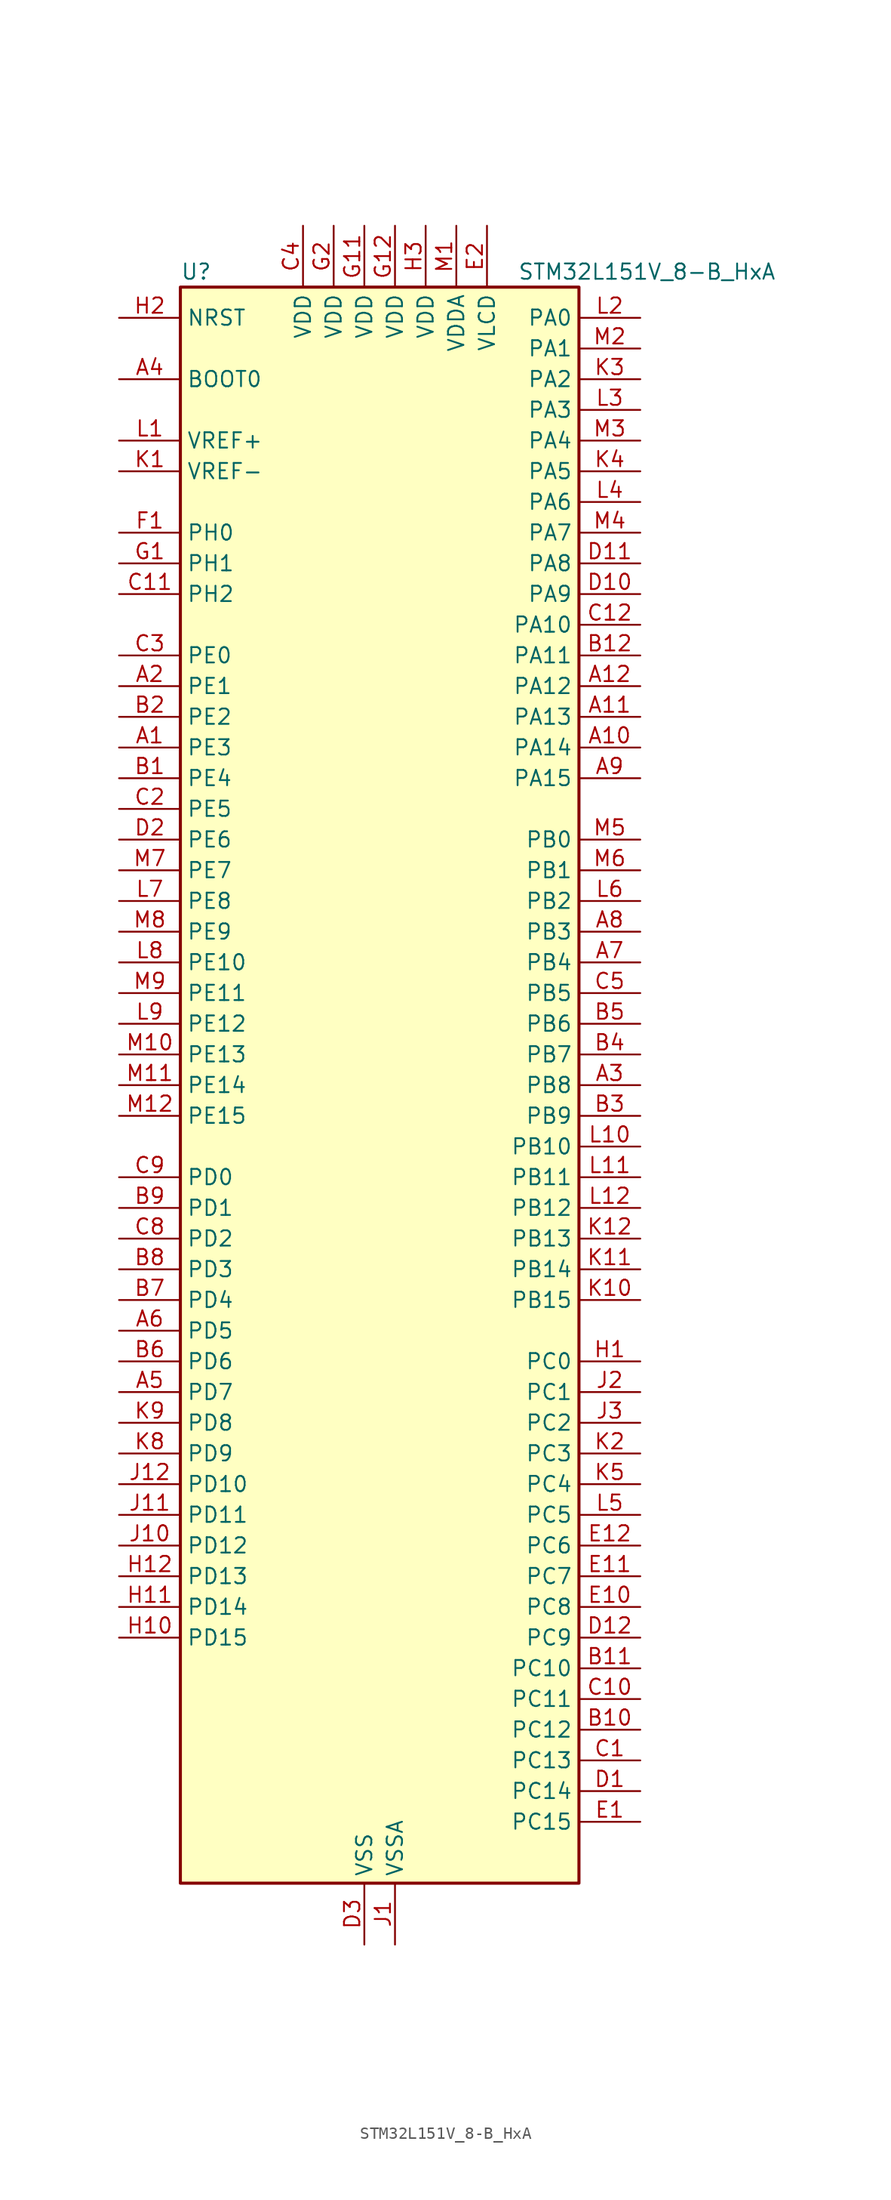
<source format=kicad_sym>
(kicad_symbol_lib
  (version 20231120)
  (generator "kicad_symbol_editor")
  (generator_version "8.0")
  (symbol "STM32L151V_8-B_HxA"
    (property "Reference" "U"
      (at -15.24 67.31 0)
      (effects (font (size 1.27 1.27)) (justify left)))
    (property "Value" "STM32L151V_8-B_HxA"
      (at 12.7 67.31 0)
      (effects (font (size 1.27 1.27)) (justify left)))
    (property "ki_locked" ""
      (at 0 0 0)
      (effects (font (size 1.27 1.27))))
    (symbol "STM32L151V_8-B_HxA_0_1"
      (rectangle (start -15.24 -66.04) (end 17.78 66.04) (stroke (width 0.254) (type default)) (fill (type background))))
    (symbol "STM32L151V_8-B_HxA_1_1"
      (pin bidirectional line (at -20.32 27.94 0) (length 5.08) (name "PE3" (effects (font (size 1.27 1.27)))) (number "A1" (effects (font (size 1.27 1.27)))) (alternate "SYS_TRACED0" bidirectional line) (alternate "TIM3_CH1" bidirectional line) (alternate "TIMX_IC4" bidirectional line))
      (pin bidirectional line (at 22.86 27.94 180) (length 5.08) (name "PA14" (effects (font (size 1.27 1.27)))) (number "A10" (effects (font (size 1.27 1.27)))) (alternate "SYS_JTCK-SWCLK" bidirectional line) (alternate "TIMX_IC3" bidirectional line) (alternate "TS_G5_IO2" bidirectional line))
      (pin bidirectional line (at 22.86 30.48 180) (length 5.08) (name "PA13" (effects (font (size 1.27 1.27)))) (number "A11" (effects (font (size 1.27 1.27)))) (alternate "SYS_JTMS-SWDIO" bidirectional line) (alternate "TIMX_IC2" bidirectional line) (alternate "TS_G5_IO1" bidirectional line))
      (pin bidirectional line (at 22.86 33.02 180) (length 5.08) (name "PA12" (effects (font (size 1.27 1.27)))) (number "A12" (effects (font (size 1.27 1.27)))) (alternate "SPI1_MOSI" bidirectional line) (alternate "TIMX_IC1" bidirectional line) (alternate "USART1_RTS" bidirectional line) (alternate "USB_DP" bidirectional line))
      (pin bidirectional line (at -20.32 33.02 0) (length 5.08) (name "PE1" (effects (font (size 1.27 1.27)))) (number "A2" (effects (font (size 1.27 1.27)))) (alternate "TIM11_CH1" bidirectional line) (alternate "TIMX_IC2" bidirectional line))
      (pin bidirectional line (at 22.86 0 180) (length 5.08) (name "PB8" (effects (font (size 1.27 1.27)))) (number "A3" (effects (font (size 1.27 1.27)))) (alternate "I2C1_SCL" bidirectional line) (alternate "TIM10_CH1" bidirectional line) (alternate "TIM4_CH3" bidirectional line))
      (pin input line (at -20.32 58.42 0) (length 5.08) (name "BOOT0" (effects (font (size 1.27 1.27)))) (number "A4" (effects (font (size 1.27 1.27)))))
      (pin bidirectional line (at -20.32 -25.4 0) (length 5.08) (name "PD7" (effects (font (size 1.27 1.27)))) (number "A5" (effects (font (size 1.27 1.27)))) (alternate "TIM9_CH2" bidirectional line) (alternate "TIMX_IC4" bidirectional line) (alternate "USART2_CK" bidirectional line))
      (pin bidirectional line (at -20.32 -20.32 0) (length 5.08) (name "PD5" (effects (font (size 1.27 1.27)))) (number "A6" (effects (font (size 1.27 1.27)))) (alternate "TIMX_IC2" bidirectional line) (alternate "USART2_TX" bidirectional line))
      (pin bidirectional line (at 22.86 10.16 180) (length 5.08) (name "PB4" (effects (font (size 1.27 1.27)))) (number "A7" (effects (font (size 1.27 1.27)))) (alternate "COMP2_INP" bidirectional line) (alternate "SPI1_MISO" bidirectional line) (alternate "SYS_JTRST" bidirectional line) (alternate "TIM3_CH1" bidirectional line) (alternate "TS_G6_IO1" bidirectional line))
      (pin bidirectional line (at 22.86 12.7 180) (length 5.08) (name "PB3" (effects (font (size 1.27 1.27)))) (number "A8" (effects (font (size 1.27 1.27)))) (alternate "COMP2_INM" bidirectional line) (alternate "SPI1_SCK" bidirectional line) (alternate "SYS_JTDO-TRACESWO" bidirectional line) (alternate "TIM2_CH2" bidirectional line))
      (pin bidirectional line (at 22.86 25.4 180) (length 5.08) (name "PA15" (effects (font (size 1.27 1.27)))) (number "A9" (effects (font (size 1.27 1.27)))) (alternate "ADC_EXTI15" bidirectional line) (alternate "SPI1_NSS" bidirectional line) (alternate "SYS_JTDI" bidirectional line) (alternate "TIM2_CH1" bidirectional line) (alternate "TIM2_ETR" bidirectional line) (alternate "TIMX_IC4" bidirectional line) (alternate "TS_G5_IO3" bidirectional line))
      (pin bidirectional line (at -20.32 25.4 0) (length 5.08) (name "PE4" (effects (font (size 1.27 1.27)))) (number "B1" (effects (font (size 1.27 1.27)))) (alternate "SYS_TRACED1" bidirectional line) (alternate "TIM3_CH2" bidirectional line) (alternate "TIMX_IC1" bidirectional line))
      (pin bidirectional line (at 22.86 -53.34 180) (length 5.08) (name "PC12" (effects (font (size 1.27 1.27)))) (number "B10" (effects (font (size 1.27 1.27)))) (alternate "TIMX_IC1" bidirectional line) (alternate "USART3_CK" bidirectional line))
      (pin bidirectional line (at 22.86 -48.26 180) (length 5.08) (name "PC10" (effects (font (size 1.27 1.27)))) (number "B11" (effects (font (size 1.27 1.27)))) (alternate "TIMX_IC3" bidirectional line) (alternate "USART3_TX" bidirectional line))
      (pin bidirectional line (at 22.86 35.56 180) (length 5.08) (name "PA11" (effects (font (size 1.27 1.27)))) (number "B12" (effects (font (size 1.27 1.27)))) (alternate "ADC_EXTI11" bidirectional line) (alternate "SPI1_MISO" bidirectional line) (alternate "TIMX_IC4" bidirectional line) (alternate "USART1_CTS" bidirectional line) (alternate "USB_DM" bidirectional line))
      (pin bidirectional line (at -20.32 30.48 0) (length 5.08) (name "PE2" (effects (font (size 1.27 1.27)))) (number "B2" (effects (font (size 1.27 1.27)))) (alternate "SYS_TRACECK" bidirectional line) (alternate "TIM3_ETR" bidirectional line) (alternate "TIMX_IC3" bidirectional line))
      (pin bidirectional line (at 22.86 -2.54 180) (length 5.08) (name "PB9" (effects (font (size 1.27 1.27)))) (number "B3" (effects (font (size 1.27 1.27)))) (alternate "DAC_EXTI9" bidirectional line) (alternate "I2C1_SDA" bidirectional line) (alternate "TIM11_CH1" bidirectional line) (alternate "TIM4_CH4" bidirectional line))
      (pin bidirectional line (at 22.86 2.54 180) (length 5.08) (name "PB7" (effects (font (size 1.27 1.27)))) (number "B4" (effects (font (size 1.27 1.27)))) (alternate "I2C1_SDA" bidirectional line) (alternate "SYS_PVD_IN" bidirectional line) (alternate "TIM4_CH2" bidirectional line) (alternate "TS_G6_IO4" bidirectional line) (alternate "USART1_RX" bidirectional line))
      (pin bidirectional line (at 22.86 5.08 180) (length 5.08) (name "PB6" (effects (font (size 1.27 1.27)))) (number "B5" (effects (font (size 1.27 1.27)))) (alternate "I2C1_SCL" bidirectional line) (alternate "TIM4_CH1" bidirectional line) (alternate "TS_G6_IO3" bidirectional line) (alternate "USART1_TX" bidirectional line))
      (pin bidirectional line (at -20.32 -22.86 0) (length 5.08) (name "PD6" (effects (font (size 1.27 1.27)))) (number "B6" (effects (font (size 1.27 1.27)))) (alternate "TIMX_IC3" bidirectional line) (alternate "USART2_RX" bidirectional line))
      (pin bidirectional line (at -20.32 -17.78 0) (length 5.08) (name "PD4" (effects (font (size 1.27 1.27)))) (number "B7" (effects (font (size 1.27 1.27)))) (alternate "SPI2_MOSI" bidirectional line) (alternate "TIMX_IC1" bidirectional line) (alternate "USART2_RTS" bidirectional line))
      (pin bidirectional line (at -20.32 -15.24 0) (length 5.08) (name "PD3" (effects (font (size 1.27 1.27)))) (number "B8" (effects (font (size 1.27 1.27)))) (alternate "SPI2_MISO" bidirectional line) (alternate "TIMX_IC4" bidirectional line) (alternate "USART2_CTS" bidirectional line))
      (pin bidirectional line (at -20.32 -10.16 0) (length 5.08) (name "PD1" (effects (font (size 1.27 1.27)))) (number "B9" (effects (font (size 1.27 1.27)))) (alternate "SPI2_SCK" bidirectional line) (alternate "TIMX_IC2" bidirectional line))
      (pin bidirectional line (at 22.86 -55.88 180) (length 5.08) (name "PC13" (effects (font (size 1.27 1.27)))) (number "C1" (effects (font (size 1.27 1.27)))) (alternate "RTC_OUT_ALARM" bidirectional line) (alternate "RTC_OUT_CALIB" bidirectional line) (alternate "RTC_TAMP1" bidirectional line) (alternate "RTC_TS" bidirectional line) (alternate "SYS_WKUP2" bidirectional line) (alternate "TIMX_IC2" bidirectional line))
      (pin bidirectional line (at 22.86 -50.8 180) (length 5.08) (name "PC11" (effects (font (size 1.27 1.27)))) (number "C10" (effects (font (size 1.27 1.27)))) (alternate "ADC_EXTI11" bidirectional line) (alternate "TIMX_IC4" bidirectional line) (alternate "USART3_RX" bidirectional line))
      (pin bidirectional line (at -20.32 40.64 0) (length 5.08) (name "PH2" (effects (font (size 1.27 1.27)))) (number "C11" (effects (font (size 1.27 1.27)))))
      (pin bidirectional line (at 22.86 38.1 180) (length 5.08) (name "PA10" (effects (font (size 1.27 1.27)))) (number "C12" (effects (font (size 1.27 1.27)))) (alternate "TIMX_IC3" bidirectional line) (alternate "TS_G4_IO3" bidirectional line) (alternate "USART1_RX" bidirectional line))
      (pin bidirectional line (at -20.32 22.86 0) (length 5.08) (name "PE5" (effects (font (size 1.27 1.27)))) (number "C2" (effects (font (size 1.27 1.27)))) (alternate "SYS_TRACED2" bidirectional line) (alternate "TIM9_CH1" bidirectional line) (alternate "TIMX_IC2" bidirectional line))
      (pin bidirectional line (at -20.32 35.56 0) (length 5.08) (name "PE0" (effects (font (size 1.27 1.27)))) (number "C3" (effects (font (size 1.27 1.27)))) (alternate "TIM10_CH1" bidirectional line) (alternate "TIM4_ETR" bidirectional line) (alternate "TIMX_IC1" bidirectional line))
      (pin power_in line (at -5.08 71.12 270) (length 5.08) (name "VDD" (effects (font (size 1.27 1.27)))) (number "C4" (effects (font (size 1.27 1.27)))))
      (pin bidirectional line (at 22.86 7.62 180) (length 5.08) (name "PB5" (effects (font (size 1.27 1.27)))) (number "C5" (effects (font (size 1.27 1.27)))) (alternate "COMP2_INP" bidirectional line) (alternate "I2C1_SMBA" bidirectional line) (alternate "SPI1_MOSI" bidirectional line) (alternate "TIM3_CH2" bidirectional line) (alternate "TS_G6_IO2" bidirectional line))
      (pin bidirectional line (at -20.32 -12.7 0) (length 5.08) (name "PD2" (effects (font (size 1.27 1.27)))) (number "C8" (effects (font (size 1.27 1.27)))) (alternate "TIM3_ETR" bidirectional line) (alternate "TIMX_IC3" bidirectional line))
      (pin bidirectional line (at -20.32 -7.62 0) (length 5.08) (name "PD0" (effects (font (size 1.27 1.27)))) (number "C9" (effects (font (size 1.27 1.27)))) (alternate "SPI2_NSS" bidirectional line) (alternate "TIM9_CH1" bidirectional line) (alternate "TIMX_IC1" bidirectional line))
      (pin bidirectional line (at 22.86 -58.42 180) (length 5.08) (name "PC14" (effects (font (size 1.27 1.27)))) (number "D1" (effects (font (size 1.27 1.27)))) (alternate "RCC_OSC32_IN" bidirectional line) (alternate "TIMX_IC3" bidirectional line))
      (pin bidirectional line (at 22.86 40.64 180) (length 5.08) (name "PA9" (effects (font (size 1.27 1.27)))) (number "D10" (effects (font (size 1.27 1.27)))) (alternate "DAC_EXTI9" bidirectional line) (alternate "TIMX_IC2" bidirectional line) (alternate "TS_G4_IO2" bidirectional line) (alternate "USART1_TX" bidirectional line))
      (pin bidirectional line (at 22.86 43.18 180) (length 5.08) (name "PA8" (effects (font (size 1.27 1.27)))) (number "D11" (effects (font (size 1.27 1.27)))) (alternate "RCC_MCO" bidirectional line) (alternate "TIMX_IC1" bidirectional line) (alternate "TS_G4_IO1" bidirectional line) (alternate "USART1_CK" bidirectional line))
      (pin bidirectional line (at 22.86 -45.72 180) (length 5.08) (name "PC9" (effects (font (size 1.27 1.27)))) (number "D12" (effects (font (size 1.27 1.27)))) (alternate "DAC_EXTI9" bidirectional line) (alternate "TIM3_CH4" bidirectional line) (alternate "TIMX_IC2" bidirectional line) (alternate "TS_G10_IO4" bidirectional line))
      (pin bidirectional line (at -20.32 20.32 0) (length 5.08) (name "PE6" (effects (font (size 1.27 1.27)))) (number "D2" (effects (font (size 1.27 1.27)))) (alternate "RTC_TAMP3" bidirectional line) (alternate "SYS_TRACED3" bidirectional line) (alternate "SYS_WKUP3" bidirectional line) (alternate "TIM9_CH2" bidirectional line) (alternate "TIMX_IC3" bidirectional line))
      (pin power_in line (at 0 -71.12 90) (length 5.08) (name "VSS" (effects (font (size 1.27 1.27)))) (number "D3" (effects (font (size 1.27 1.27)))))
      (pin bidirectional line (at 22.86 -60.96 180) (length 5.08) (name "PC15" (effects (font (size 1.27 1.27)))) (number "E1" (effects (font (size 1.27 1.27)))) (alternate "ADC_EXTI15" bidirectional line) (alternate "RCC_OSC32_OUT" bidirectional line) (alternate "TIMX_IC4" bidirectional line))
      (pin bidirectional line (at 22.86 -43.18 180) (length 5.08) (name "PC8" (effects (font (size 1.27 1.27)))) (number "E10" (effects (font (size 1.27 1.27)))) (alternate "TIM3_CH3" bidirectional line) (alternate "TIMX_IC1" bidirectional line) (alternate "TS_G10_IO3" bidirectional line))
      (pin bidirectional line (at 22.86 -40.64 180) (length 5.08) (name "PC7" (effects (font (size 1.27 1.27)))) (number "E11" (effects (font (size 1.27 1.27)))) (alternate "TIM3_CH2" bidirectional line) (alternate "TIMX_IC4" bidirectional line) (alternate "TS_G10_IO2" bidirectional line))
      (pin bidirectional line (at 22.86 -38.1 180) (length 5.08) (name "PC6" (effects (font (size 1.27 1.27)))) (number "E12" (effects (font (size 1.27 1.27)))) (alternate "TIM3_CH1" bidirectional line) (alternate "TIMX_IC3" bidirectional line) (alternate "TS_G10_IO1" bidirectional line))
      (pin power_in line (at 10.16 71.12 270) (length 5.08) (name "VLCD" (effects (font (size 1.27 1.27)))) (number "E2" (effects (font (size 1.27 1.27)))))
      (pin passive line (at 0 -71.12 90) (length 5.08) hide (name "VSS" (effects (font (size 1.27 1.27)))) (number "E3" (effects (font (size 1.27 1.27)))))
      (pin bidirectional line (at -20.32 45.72 0) (length 5.08) (name "PH0" (effects (font (size 1.27 1.27)))) (number "F1" (effects (font (size 1.27 1.27)))) (alternate "RCC_OSC_IN" bidirectional line))
      (pin passive line (at 0 -71.12 90) (length 5.08) hide (name "VSS" (effects (font (size 1.27 1.27)))) (number "F11" (effects (font (size 1.27 1.27)))))
      (pin passive line (at 0 -71.12 90) (length 5.08) hide (name "VSS" (effects (font (size 1.27 1.27)))) (number "F12" (effects (font (size 1.27 1.27)))))
      (pin passive line (at 0 -71.12 90) (length 5.08) hide (name "VSS" (effects (font (size 1.27 1.27)))) (number "F2" (effects (font (size 1.27 1.27)))))
      (pin bidirectional line (at -20.32 43.18 0) (length 5.08) (name "PH1" (effects (font (size 1.27 1.27)))) (number "G1" (effects (font (size 1.27 1.27)))) (alternate "RCC_OSC_OUT" bidirectional line))
      (pin power_in line (at 0 71.12 270) (length 5.08) (name "VDD" (effects (font (size 1.27 1.27)))) (number "G11" (effects (font (size 1.27 1.27)))))
      (pin power_in line (at 2.54 71.12 270) (length 5.08) (name "VDD" (effects (font (size 1.27 1.27)))) (number "G12" (effects (font (size 1.27 1.27)))))
      (pin power_in line (at -2.54 71.12 270) (length 5.08) (name "VDD" (effects (font (size 1.27 1.27)))) (number "G2" (effects (font (size 1.27 1.27)))))
      (pin bidirectional line (at 22.86 -22.86 180) (length 5.08) (name "PC0" (effects (font (size 1.27 1.27)))) (number "H1" (effects (font (size 1.27 1.27)))) (alternate "ADC_IN10" bidirectional line) (alternate "COMP1_INP" bidirectional line) (alternate "TIMX_IC1" bidirectional line) (alternate "TS_G8_IO1" bidirectional line))
      (pin bidirectional line (at -20.32 -45.72 0) (length 5.08) (name "PD15" (effects (font (size 1.27 1.27)))) (number "H10" (effects (font (size 1.27 1.27)))) (alternate "ADC_EXTI15" bidirectional line) (alternate "TIM4_CH4" bidirectional line) (alternate "TIMX_IC4" bidirectional line))
      (pin bidirectional line (at -20.32 -43.18 0) (length 5.08) (name "PD14" (effects (font (size 1.27 1.27)))) (number "H11" (effects (font (size 1.27 1.27)))) (alternate "TIM4_CH3" bidirectional line) (alternate "TIMX_IC3" bidirectional line))
      (pin bidirectional line (at -20.32 -40.64 0) (length 5.08) (name "PD13" (effects (font (size 1.27 1.27)))) (number "H12" (effects (font (size 1.27 1.27)))) (alternate "TIM4_CH2" bidirectional line) (alternate "TIMX_IC2" bidirectional line))
      (pin input line (at -20.32 63.5 0) (length 5.08) (name "NRST" (effects (font (size 1.27 1.27)))) (number "H2" (effects (font (size 1.27 1.27)))))
      (pin power_in line (at 5.08 71.12 270) (length 5.08) (name "VDD" (effects (font (size 1.27 1.27)))) (number "H3" (effects (font (size 1.27 1.27)))))
      (pin power_in line (at 2.54 -71.12 90) (length 5.08) (name "VSSA" (effects (font (size 1.27 1.27)))) (number "J1" (effects (font (size 1.27 1.27)))))
      (pin bidirectional line (at -20.32 -38.1 0) (length 5.08) (name "PD12" (effects (font (size 1.27 1.27)))) (number "J10" (effects (font (size 1.27 1.27)))) (alternate "TIM4_CH1" bidirectional line) (alternate "TIMX_IC1" bidirectional line) (alternate "USART3_RTS" bidirectional line))
      (pin bidirectional line (at -20.32 -35.56 0) (length 5.08) (name "PD11" (effects (font (size 1.27 1.27)))) (number "J11" (effects (font (size 1.27 1.27)))) (alternate "ADC_EXTI11" bidirectional line) (alternate "TIMX_IC4" bidirectional line) (alternate "USART3_CTS" bidirectional line))
      (pin bidirectional line (at -20.32 -33.02 0) (length 5.08) (name "PD10" (effects (font (size 1.27 1.27)))) (number "J12" (effects (font (size 1.27 1.27)))) (alternate "TIMX_IC3" bidirectional line) (alternate "USART3_CK" bidirectional line))
      (pin bidirectional line (at 22.86 -25.4 180) (length 5.08) (name "PC1" (effects (font (size 1.27 1.27)))) (number "J2" (effects (font (size 1.27 1.27)))) (alternate "ADC_IN11" bidirectional line) (alternate "COMP1_INP" bidirectional line) (alternate "TIMX_IC2" bidirectional line) (alternate "TS_G8_IO2" bidirectional line))
      (pin bidirectional line (at 22.86 -27.94 180) (length 5.08) (name "PC2" (effects (font (size 1.27 1.27)))) (number "J3" (effects (font (size 1.27 1.27)))) (alternate "ADC_IN12" bidirectional line) (alternate "COMP1_INP" bidirectional line) (alternate "TIMX_IC3" bidirectional line) (alternate "TS_G8_IO3" bidirectional line))
      (pin input line (at -20.32 50.8 0) (length 5.08) (name "VREF-" (effects (font (size 1.27 1.27)))) (number "K1" (effects (font (size 1.27 1.27)))))
      (pin bidirectional line (at 22.86 -17.78 180) (length 5.08) (name "PB15" (effects (font (size 1.27 1.27)))) (number "K10" (effects (font (size 1.27 1.27)))) (alternate "ADC_EXTI15" bidirectional line) (alternate "ADC_IN21" bidirectional line) (alternate "COMP1_INP" bidirectional line) (alternate "RTC_REFIN" bidirectional line) (alternate "SPI2_MOSI" bidirectional line) (alternate "TIM11_CH1" bidirectional line) (alternate "TS_G7_IO4" bidirectional line))
      (pin bidirectional line (at 22.86 -15.24 180) (length 5.08) (name "PB14" (effects (font (size 1.27 1.27)))) (number "K11" (effects (font (size 1.27 1.27)))) (alternate "ADC_IN20" bidirectional line) (alternate "COMP1_INP" bidirectional line) (alternate "SPI2_MISO" bidirectional line) (alternate "TIM9_CH2" bidirectional line) (alternate "TS_G7_IO3" bidirectional line) (alternate "USART3_RTS" bidirectional line))
      (pin bidirectional line (at 22.86 -12.7 180) (length 5.08) (name "PB13" (effects (font (size 1.27 1.27)))) (number "K12" (effects (font (size 1.27 1.27)))) (alternate "ADC_IN19" bidirectional line) (alternate "COMP1_INP" bidirectional line) (alternate "SPI2_SCK" bidirectional line) (alternate "TIM9_CH1" bidirectional line) (alternate "TS_G7_IO2" bidirectional line) (alternate "USART3_CTS" bidirectional line))
      (pin bidirectional line (at 22.86 -30.48 180) (length 5.08) (name "PC3" (effects (font (size 1.27 1.27)))) (number "K2" (effects (font (size 1.27 1.27)))) (alternate "ADC_IN13" bidirectional line) (alternate "COMP1_INP" bidirectional line) (alternate "TIMX_IC4" bidirectional line) (alternate "TS_G8_IO4" bidirectional line))
      (pin bidirectional line (at 22.86 58.42 180) (length 5.08) (name "PA2" (effects (font (size 1.27 1.27)))) (number "K3" (effects (font (size 1.27 1.27)))) (alternate "ADC_IN2" bidirectional line) (alternate "COMP1_INP" bidirectional line) (alternate "TIM2_CH3" bidirectional line) (alternate "TIM9_CH1" bidirectional line) (alternate "TIMX_IC3" bidirectional line) (alternate "TS_G1_IO3" bidirectional line) (alternate "USART2_TX" bidirectional line))
      (pin bidirectional line (at 22.86 50.8 180) (length 5.08) (name "PA5" (effects (font (size 1.27 1.27)))) (number "K4" (effects (font (size 1.27 1.27)))) (alternate "ADC_IN5" bidirectional line) (alternate "COMP1_INP" bidirectional line) (alternate "DAC_OUT2" bidirectional line) (alternate "SPI1_SCK" bidirectional line) (alternate "TIM2_CH1" bidirectional line) (alternate "TIM2_ETR" bidirectional line) (alternate "TIMX_IC2" bidirectional line))
      (pin bidirectional line (at 22.86 -33.02 180) (length 5.08) (name "PC4" (effects (font (size 1.27 1.27)))) (number "K5" (effects (font (size 1.27 1.27)))) (alternate "ADC_IN14" bidirectional line) (alternate "COMP1_INP" bidirectional line) (alternate "TIMX_IC1" bidirectional line) (alternate "TS_G9_IO1" bidirectional line))
      (pin bidirectional line (at -20.32 -30.48 0) (length 5.08) (name "PD9" (effects (font (size 1.27 1.27)))) (number "K8" (effects (font (size 1.27 1.27)))) (alternate "DAC_EXTI9" bidirectional line) (alternate "TIMX_IC2" bidirectional line) (alternate "USART3_RX" bidirectional line))
      (pin bidirectional line (at -20.32 -27.94 0) (length 5.08) (name "PD8" (effects (font (size 1.27 1.27)))) (number "K9" (effects (font (size 1.27 1.27)))) (alternate "TIMX_IC1" bidirectional line) (alternate "USART3_TX" bidirectional line))
      (pin input line (at -20.32 53.34 0) (length 5.08) (name "VREF+" (effects (font (size 1.27 1.27)))) (number "L1" (effects (font (size 1.27 1.27)))))
      (pin bidirectional line (at 22.86 -5.08 180) (length 5.08) (name "PB10" (effects (font (size 1.27 1.27)))) (number "L10" (effects (font (size 1.27 1.27)))) (alternate "I2C2_SCL" bidirectional line) (alternate "TIM2_CH3" bidirectional line) (alternate "USART3_TX" bidirectional line))
      (pin bidirectional line (at 22.86 -7.62 180) (length 5.08) (name "PB11" (effects (font (size 1.27 1.27)))) (number "L11" (effects (font (size 1.27 1.27)))) (alternate "ADC_EXTI11" bidirectional line) (alternate "I2C2_SDA" bidirectional line) (alternate "TIM2_CH4" bidirectional line) (alternate "USART3_RX" bidirectional line))
      (pin bidirectional line (at 22.86 -10.16 180) (length 5.08) (name "PB12" (effects (font (size 1.27 1.27)))) (number "L12" (effects (font (size 1.27 1.27)))) (alternate "ADC_IN18" bidirectional line) (alternate "COMP1_INP" bidirectional line) (alternate "I2C2_SMBA" bidirectional line) (alternate "SPI2_NSS" bidirectional line) (alternate "TIM10_CH1" bidirectional line) (alternate "TS_G7_IO1" bidirectional line) (alternate "USART3_CK" bidirectional line))
      (pin bidirectional line (at 22.86 63.5 180) (length 5.08) (name "PA0" (effects (font (size 1.27 1.27)))) (number "L2" (effects (font (size 1.27 1.27)))) (alternate "ADC_IN0" bidirectional line) (alternate "COMP1_INP" bidirectional line) (alternate "RTC_TAMP2" bidirectional line) (alternate "SYS_WKUP1" bidirectional line) (alternate "TIM2_CH1" bidirectional line) (alternate "TIM2_ETR" bidirectional line) (alternate "TIMX_IC1" bidirectional line) (alternate "TS_G1_IO1" bidirectional line) (alternate "USART2_CTS" bidirectional line))
      (pin bidirectional line (at 22.86 55.88 180) (length 5.08) (name "PA3" (effects (font (size 1.27 1.27)))) (number "L3" (effects (font (size 1.27 1.27)))) (alternate "ADC_IN3" bidirectional line) (alternate "COMP1_INP" bidirectional line) (alternate "TIM2_CH4" bidirectional line) (alternate "TIM9_CH2" bidirectional line) (alternate "TIMX_IC4" bidirectional line) (alternate "TS_G1_IO4" bidirectional line) (alternate "USART2_RX" bidirectional line))
      (pin bidirectional line (at 22.86 48.26 180) (length 5.08) (name "PA6" (effects (font (size 1.27 1.27)))) (number "L4" (effects (font (size 1.27 1.27)))) (alternate "ADC_IN6" bidirectional line) (alternate "COMP1_INP" bidirectional line) (alternate "SPI1_MISO" bidirectional line) (alternate "TIM10_CH1" bidirectional line) (alternate "TIM3_CH1" bidirectional line) (alternate "TIMX_IC3" bidirectional line) (alternate "TS_G2_IO1" bidirectional line))
      (pin bidirectional line (at 22.86 -35.56 180) (length 5.08) (name "PC5" (effects (font (size 1.27 1.27)))) (number "L5" (effects (font (size 1.27 1.27)))) (alternate "ADC_IN15" bidirectional line) (alternate "COMP1_INP" bidirectional line) (alternate "TIMX_IC2" bidirectional line) (alternate "TS_G9_IO2" bidirectional line))
      (pin bidirectional line (at 22.86 15.24 180) (length 5.08) (name "PB2" (effects (font (size 1.27 1.27)))) (number "L6" (effects (font (size 1.27 1.27)))) (alternate "TS_G3_IO3" bidirectional line))
      (pin bidirectional line (at -20.32 15.24 0) (length 5.08) (name "PE8" (effects (font (size 1.27 1.27)))) (number "L7" (effects (font (size 1.27 1.27)))) (alternate "ADC_IN23" bidirectional line) (alternate "COMP1_INP" bidirectional line) (alternate "TIMX_IC1" bidirectional line))
      (pin bidirectional line (at -20.32 10.16 0) (length 5.08) (name "PE10" (effects (font (size 1.27 1.27)))) (number "L8" (effects (font (size 1.27 1.27)))) (alternate "ADC_IN25" bidirectional line) (alternate "COMP1_INP" bidirectional line) (alternate "TIM2_CH2" bidirectional line) (alternate "TIMX_IC3" bidirectional line))
      (pin bidirectional line (at -20.32 5.08 0) (length 5.08) (name "PE12" (effects (font (size 1.27 1.27)))) (number "L9" (effects (font (size 1.27 1.27)))) (alternate "SPI1_NSS" bidirectional line) (alternate "TIM2_CH4" bidirectional line) (alternate "TIMX_IC1" bidirectional line))
      (pin power_in line (at 7.62 71.12 270) (length 5.08) (name "VDDA" (effects (font (size 1.27 1.27)))) (number "M1" (effects (font (size 1.27 1.27)))))
      (pin bidirectional line (at -20.32 2.54 0) (length 5.08) (name "PE13" (effects (font (size 1.27 1.27)))) (number "M10" (effects (font (size 1.27 1.27)))) (alternate "SPI1_SCK" bidirectional line) (alternate "TIMX_IC2" bidirectional line))
      (pin bidirectional line (at -20.32 0 0) (length 5.08) (name "PE14" (effects (font (size 1.27 1.27)))) (number "M11" (effects (font (size 1.27 1.27)))) (alternate "SPI1_MISO" bidirectional line) (alternate "TIMX_IC3" bidirectional line))
      (pin bidirectional line (at -20.32 -2.54 0) (length 5.08) (name "PE15" (effects (font (size 1.27 1.27)))) (number "M12" (effects (font (size 1.27 1.27)))) (alternate "ADC_EXTI15" bidirectional line) (alternate "SPI1_MOSI" bidirectional line) (alternate "TIMX_IC4" bidirectional line))
      (pin bidirectional line (at 22.86 60.96 180) (length 5.08) (name "PA1" (effects (font (size 1.27 1.27)))) (number "M2" (effects (font (size 1.27 1.27)))) (alternate "ADC_IN1" bidirectional line) (alternate "COMP1_INP" bidirectional line) (alternate "TIM2_CH2" bidirectional line) (alternate "TIMX_IC2" bidirectional line) (alternate "TS_G1_IO2" bidirectional line) (alternate "USART2_RTS" bidirectional line))
      (pin bidirectional line (at 22.86 53.34 180) (length 5.08) (name "PA4" (effects (font (size 1.27 1.27)))) (number "M3" (effects (font (size 1.27 1.27)))) (alternate "ADC_IN4" bidirectional line) (alternate "COMP1_INP" bidirectional line) (alternate "DAC_OUT1" bidirectional line) (alternate "SPI1_NSS" bidirectional line) (alternate "TIMX_IC1" bidirectional line) (alternate "USART2_CK" bidirectional line))
      (pin bidirectional line (at 22.86 45.72 180) (length 5.08) (name "PA7" (effects (font (size 1.27 1.27)))) (number "M4" (effects (font (size 1.27 1.27)))) (alternate "ADC_IN7" bidirectional line) (alternate "COMP1_INP" bidirectional line) (alternate "SPI1_MOSI" bidirectional line) (alternate "TIM11_CH1" bidirectional line) (alternate "TIM3_CH2" bidirectional line) (alternate "TIMX_IC4" bidirectional line) (alternate "TS_G2_IO2" bidirectional line))
      (pin bidirectional line (at 22.86 20.32 180) (length 5.08) (name "PB0" (effects (font (size 1.27 1.27)))) (number "M5" (effects (font (size 1.27 1.27)))) (alternate "ADC_IN8" bidirectional line) (alternate "COMP1_INP" bidirectional line) (alternate "SYS_V_REF_OUT" bidirectional line) (alternate "TIM3_CH3" bidirectional line) (alternate "TS_G3_IO1" bidirectional line))
      (pin bidirectional line (at 22.86 17.78 180) (length 5.08) (name "PB1" (effects (font (size 1.27 1.27)))) (number "M6" (effects (font (size 1.27 1.27)))) (alternate "ADC_IN9" bidirectional line) (alternate "COMP1_INP" bidirectional line) (alternate "SYS_V_REF_OUT" bidirectional line) (alternate "TIM3_CH4" bidirectional line) (alternate "TS_G3_IO2" bidirectional line))
      (pin bidirectional line (at -20.32 17.78 0) (length 5.08) (name "PE7" (effects (font (size 1.27 1.27)))) (number "M7" (effects (font (size 1.27 1.27)))) (alternate "ADC_IN22" bidirectional line) (alternate "COMP1_INP" bidirectional line) (alternate "TIMX_IC4" bidirectional line))
      (pin bidirectional line (at -20.32 12.7 0) (length 5.08) (name "PE9" (effects (font (size 1.27 1.27)))) (number "M8" (effects (font (size 1.27 1.27)))) (alternate "ADC_IN24" bidirectional line) (alternate "COMP1_INP" bidirectional line) (alternate "DAC_EXTI9" bidirectional line) (alternate "TIM2_CH1" bidirectional line) (alternate "TIM2_ETR" bidirectional line) (alternate "TIMX_IC2" bidirectional line))
      (pin bidirectional line (at -20.32 7.62 0) (length 5.08) (name "PE11" (effects (font (size 1.27 1.27)))) (number "M9" (effects (font (size 1.27 1.27)))) (alternate "ADC_EXTI11" bidirectional line) (alternate "TIM2_CH3" bidirectional line) (alternate "TIMX_IC4" bidirectional line)))))
</source>
